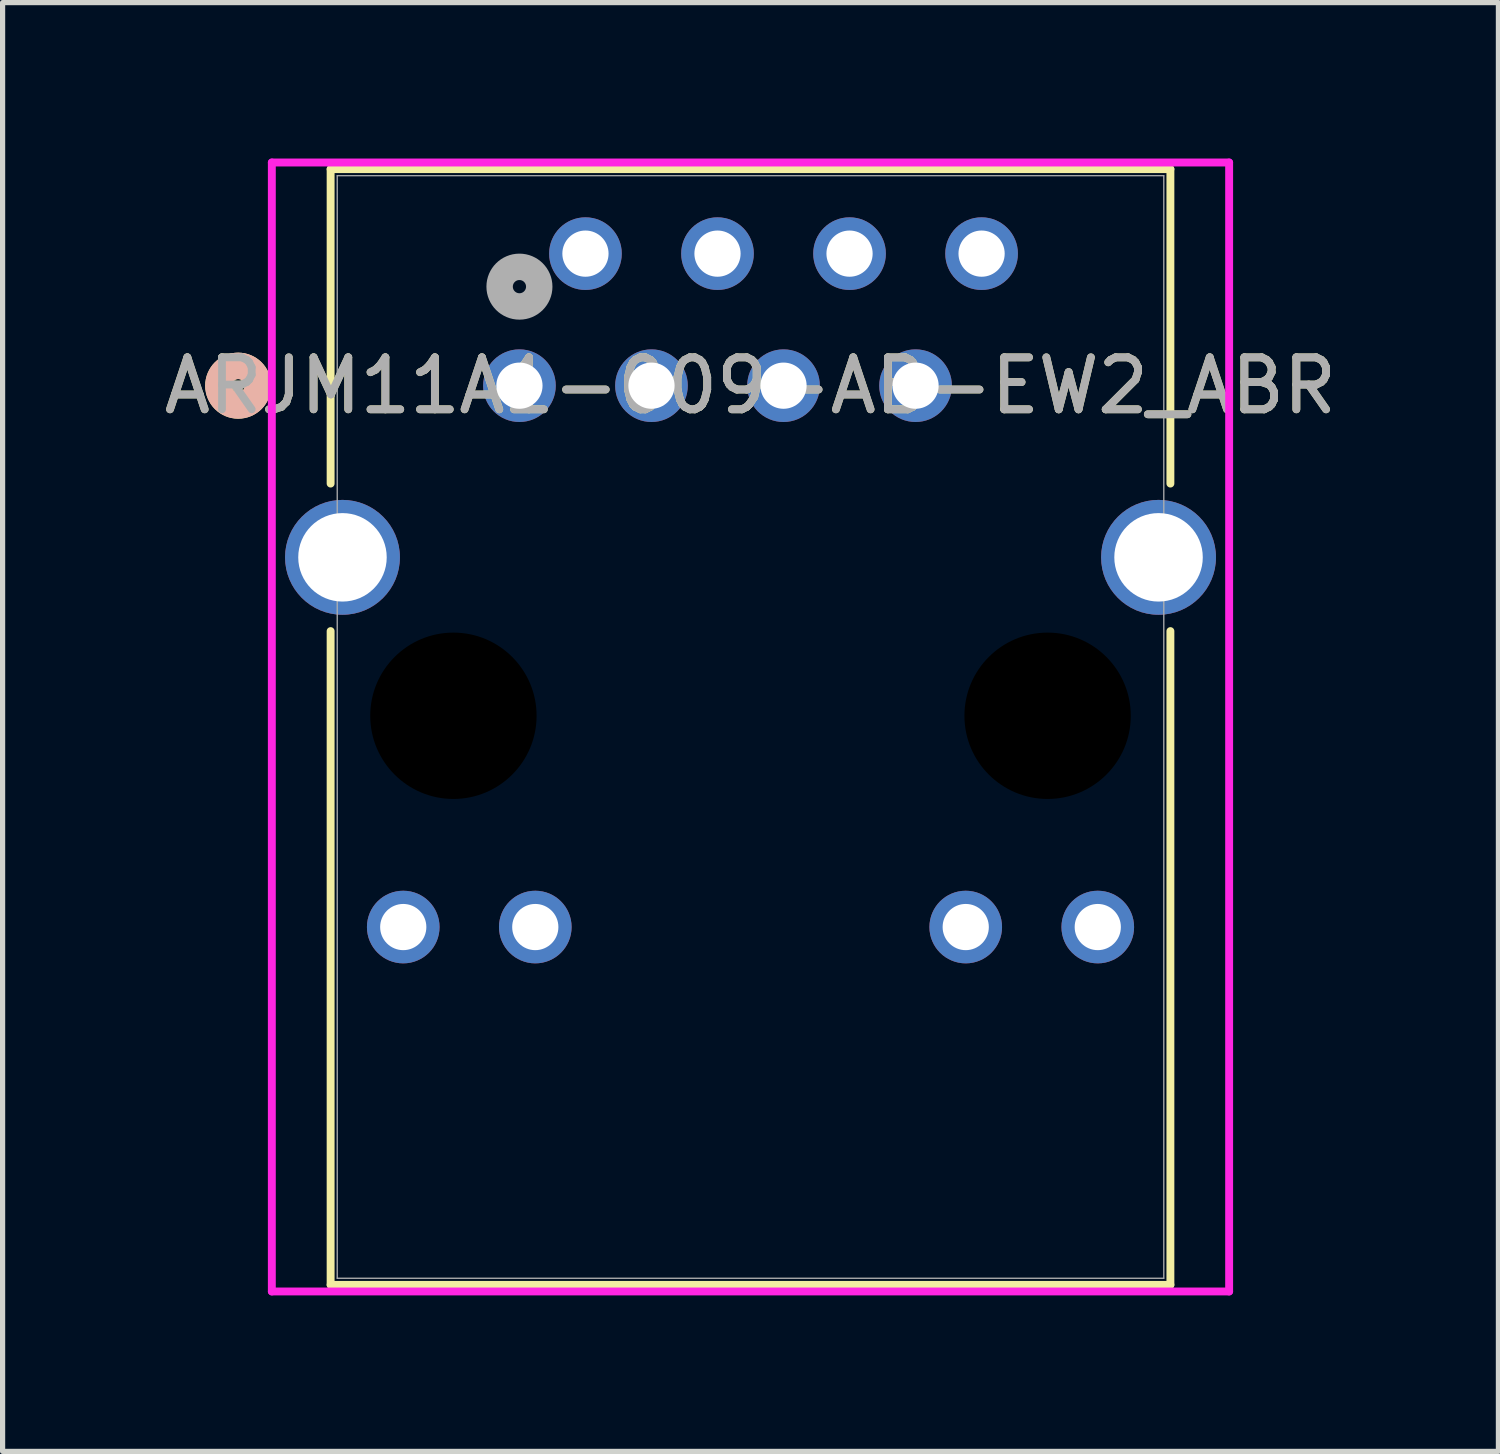
<source format=kicad_pcb>
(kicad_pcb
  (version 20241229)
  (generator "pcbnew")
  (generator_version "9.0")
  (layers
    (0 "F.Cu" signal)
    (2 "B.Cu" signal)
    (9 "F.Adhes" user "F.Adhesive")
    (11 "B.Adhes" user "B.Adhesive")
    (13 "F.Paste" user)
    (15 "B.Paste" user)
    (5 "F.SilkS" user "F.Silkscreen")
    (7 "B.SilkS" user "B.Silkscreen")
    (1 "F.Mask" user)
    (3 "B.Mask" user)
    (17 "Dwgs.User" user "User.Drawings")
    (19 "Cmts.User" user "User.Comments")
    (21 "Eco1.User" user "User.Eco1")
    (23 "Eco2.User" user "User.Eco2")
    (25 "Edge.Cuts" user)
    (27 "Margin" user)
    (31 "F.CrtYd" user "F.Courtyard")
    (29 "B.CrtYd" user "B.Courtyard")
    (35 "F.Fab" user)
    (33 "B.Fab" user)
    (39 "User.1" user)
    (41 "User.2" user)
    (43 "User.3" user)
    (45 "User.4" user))
  (footprint "ARJM11A1-009-AB-EW2_ABR"
    (layer "F.Cu")
    (at 6.942 4.369)
    (property "Reference" "ARJM11A1-009-AB-EW2_ABR" (at 4.445 0 0) (unlocked yes) (layer "F.SilkS") (effects (font (size 1 1) (thickness 0.15))))
    (attr through_hole)
    (fp_line (start -3.632 -4.166) (end -3.632 1.883) (stroke (width 0.152) (type solid)) (layer "F.SilkS"))
    (fp_line (start -3.632 4.721) (end -3.632 17.297) (stroke (width 0.152) (type solid)) (layer "F.SilkS"))
    (fp_line (start -3.632 17.297) (end 12.522 17.297) (stroke (width 0.152) (type solid)) (layer "F.SilkS"))
    (fp_line (start 12.522 -4.166) (end -3.632 -4.166) (stroke (width 0.152) (type solid)) (layer "F.SilkS"))
    (fp_line (start 12.522 1.883) (end 12.522 -4.166) (stroke (width 0.152) (type solid)) (layer "F.SilkS"))
    (fp_line (start 12.522 17.297) (end 12.522 4.721) (stroke (width 0.152) (type solid)) (layer "F.SilkS"))
    (fp_circle (center -5.41 0) (end -5.029 0) (stroke (width 0.508) (type solid)) (fill no) (layer "F.SilkS"))
    (fp_circle (center -5.41 0) (end -5.029 0) (stroke (width 0.508) (type solid)) (fill no) (layer "B.SilkS"))
    (fp_line (start -4.763 -4.293) (end -4.763 17.424) (stroke (width 0.152) (type solid)) (layer "F.CrtYd"))
    (fp_line (start -4.763 17.424) (end 13.652 17.424) (stroke (width 0.152) (type solid)) (layer "F.CrtYd"))
    (fp_line (start 13.652 -4.293) (end -4.763 -4.293) (stroke (width 0.152) (type solid)) (layer "F.CrtYd"))
    (fp_line (start 13.652 17.424) (end 13.652 -4.293) (stroke (width 0.152) (type solid)) (layer "F.CrtYd"))
    (fp_line (start -3.505 -4.039) (end -3.505 17.17) (stroke (width 0.025) (type solid)) (layer "F.Fab"))
    (fp_line (start -3.505 17.17) (end 12.395 17.17) (stroke (width 0.025) (type solid)) (layer "F.Fab"))
    (fp_line (start 12.395 -4.039) (end -3.505 -4.039) (stroke (width 0.025) (type solid)) (layer "F.Fab"))
    (fp_line (start 12.395 17.17) (end 12.395 -4.039) (stroke (width 0.025) (type solid)) (layer "F.Fab"))
    (fp_circle (center 0 -1.905) (end 0.381 -1.905) (stroke (width 0.508) (type solid)) (fill no) (layer "F.Fab"))
    (fp_text user "${REFERENCE}" (at 4.445 0 0) (unlocked yes) (layer "F.Fab") (effects (font (size 1 1) (thickness 0.15))))
    (pad "" np_thru_hole circle (at -1.27 6.35) (size 3.2 3.2) (drill 3.2) (layers))
    (pad "" np_thru_hole circle (at 10.16 6.35) (size 3.2 3.2) (drill 3.2) (layers))
    (pad "1" thru_hole circle (at 0 0) (size 1.397 1.397) (drill 0.889) (layers "*.Cu" "*.Mask"))
    (pad "2" thru_hole circle (at 1.27 -2.54) (size 1.397 1.397) (drill 0.889) (layers "*.Cu" "*.Mask"))
    (pad "3" thru_hole circle (at 2.54 0) (size 1.397 1.397) (drill 0.889) (layers "*.Cu" "*.Mask"))
    (pad "4" thru_hole circle (at 3.81 -2.54) (size 1.397 1.397) (drill 0.889) (layers "*.Cu" "*.Mask"))
    (pad "5" thru_hole circle (at 5.08 0) (size 1.397 1.397) (drill 0.889) (layers "*.Cu" "*.Mask"))
    (pad "6" thru_hole circle (at 6.35 -2.54) (size 1.397 1.397) (drill 0.889) (layers "*.Cu" "*.Mask"))
    (pad "7" thru_hole circle (at 7.62 0) (size 1.397 1.397) (drill 0.889) (layers "*.Cu" "*.Mask"))
    (pad "8" thru_hole circle (at 8.89 -2.54) (size 1.397 1.397) (drill 0.889) (layers "*.Cu" "*.Mask"))
    (pad "9" thru_hole circle (at -2.235 10.414) (size 1.397 1.397) (drill 0.889) (layers "*.Cu" "*.Mask"))
    (pad "10" thru_hole circle (at 0.305 10.414) (size 1.397 1.397) (drill 0.889) (layers "*.Cu" "*.Mask"))
    (pad "11" thru_hole circle (at 8.585 10.414) (size 1.397 1.397) (drill 0.889) (layers "*.Cu" "*.Mask"))
    (pad "12" thru_hole circle (at 11.125 10.414) (size 1.397 1.397) (drill 0.889) (layers "*.Cu" "*.Mask"))
    (pad "13" thru_hole circle (at -3.404 3.302) (size 2.21 2.21) (drill 1.702) (layers "*.Cu" "*.Mask"))
    (pad "14" thru_hole circle (at 12.294 3.302) (size 2.21 2.21) (drill 1.702) (layers "*.Cu" "*.Mask")))
  (gr_rect
    (start -3 -3)
    (end 25.774 24.869)
    (stroke (width 0.1) (type default))
    (fill no)
    (layer "Edge.Cuts")))
</source>
